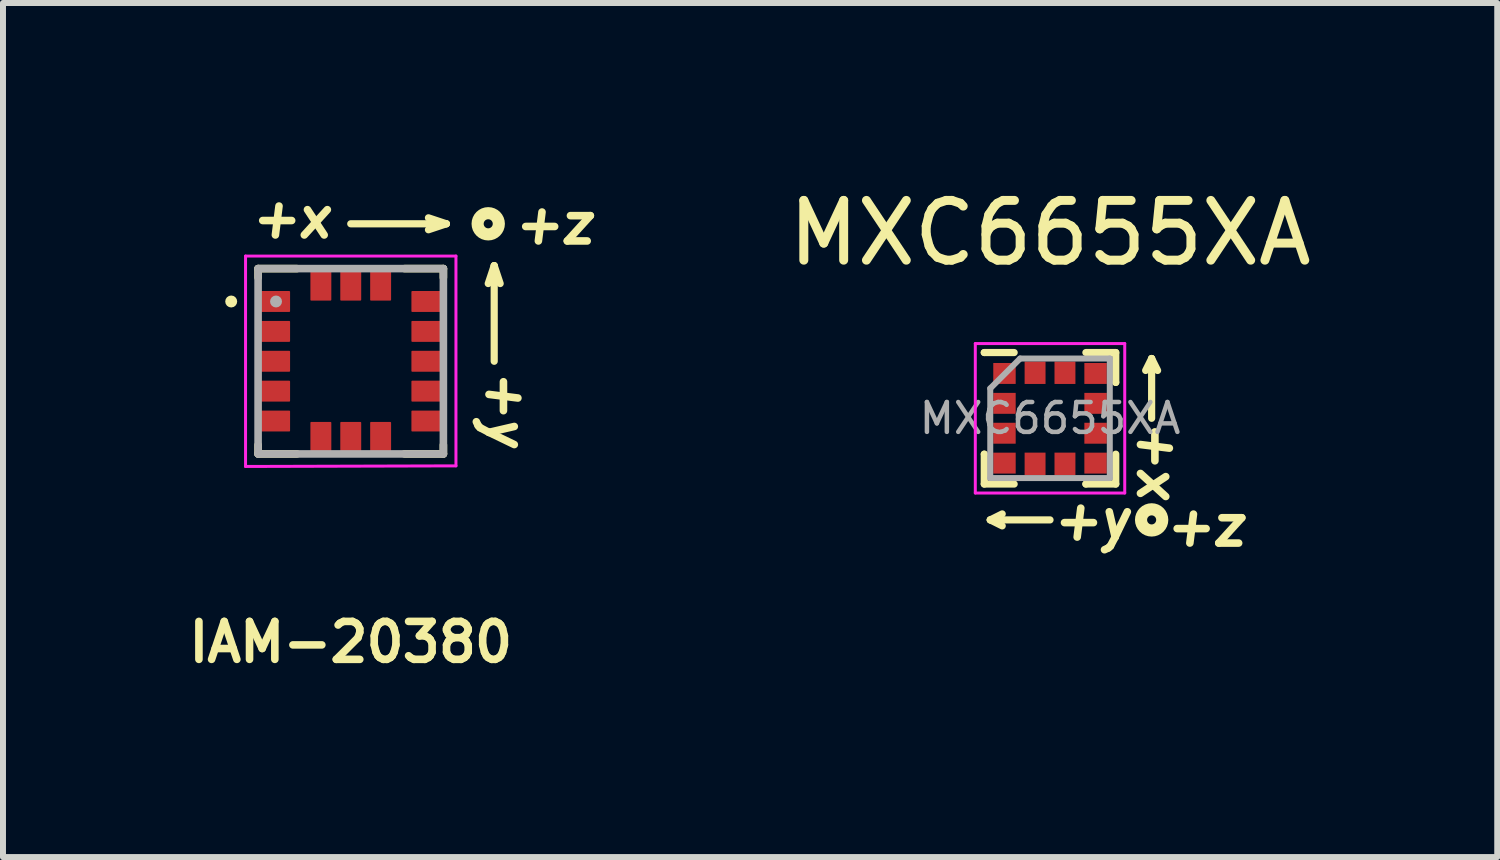
<source format=kicad_pcb>
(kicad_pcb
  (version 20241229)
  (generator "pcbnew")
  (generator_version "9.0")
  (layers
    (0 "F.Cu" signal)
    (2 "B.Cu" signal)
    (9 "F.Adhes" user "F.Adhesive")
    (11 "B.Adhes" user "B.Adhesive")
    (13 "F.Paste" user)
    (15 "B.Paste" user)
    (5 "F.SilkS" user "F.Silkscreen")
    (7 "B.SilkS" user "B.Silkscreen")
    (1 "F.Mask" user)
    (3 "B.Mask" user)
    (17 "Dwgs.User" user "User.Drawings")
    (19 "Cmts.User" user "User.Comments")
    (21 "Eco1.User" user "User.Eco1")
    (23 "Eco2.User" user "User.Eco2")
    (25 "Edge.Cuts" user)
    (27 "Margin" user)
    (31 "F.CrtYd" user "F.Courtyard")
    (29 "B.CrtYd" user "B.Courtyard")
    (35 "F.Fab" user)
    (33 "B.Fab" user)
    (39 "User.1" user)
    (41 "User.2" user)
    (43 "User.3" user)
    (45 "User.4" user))
  (footprint "MXC6655XA"
    (layer "F.Cu")
    (at 14.517 3.948)
    (property "Reference" "MXC6655XA" (at 0 -3.1 0) (layer "F.SilkS") (effects (font (size 1 1) (thickness 0.15))))
    (attr smd)
    (fp_line (start -1.1 -1.1) (end -1.1 -1.1) (stroke (width 0.12) (type solid)) (layer "F.SilkS"))
    (fp_line (start -1.1 0.6) (end -1.1 0.6) (stroke (width 0.12) (type solid)) (layer "F.SilkS"))
    (fp_line (start -1.1 1.1) (end -1.1 0.6) (stroke (width 0.12) (type solid)) (layer "F.SilkS"))
    (fp_line (start -1 1.7) (end -0.8 1.6) (stroke (width 0.12) (type solid)) (layer "F.SilkS"))
    (fp_line (start -1 1.7) (end -0.8 1.8) (stroke (width 0.12) (type solid)) (layer "F.SilkS"))
    (fp_line (start -0.6 -1.1) (end -1.1 -1.1) (stroke (width 0.12) (type solid)) (layer "F.SilkS"))
    (fp_line (start -0.6 1.1) (end -1.1 1.1) (stroke (width 0.12) (type solid)) (layer "F.SilkS"))
    (fp_line (start 0 1.7) (end -1 1.7) (stroke (width 0.12) (type solid)) (layer "F.SilkS"))
    (fp_line (start 0.6 -1.1) (end 1.1 -1.1) (stroke (width 0.12) (type solid)) (layer "F.SilkS"))
    (fp_line (start 0.6 1.1) (end 0.6 1.1) (stroke (width 0.12) (type solid)) (layer "F.SilkS"))
    (fp_line (start 1.1 -1.1) (end 1.1 -0.6) (stroke (width 0.12) (type solid)) (layer "F.SilkS"))
    (fp_line (start 1.1 -0.6) (end 1.1 -0.6) (stroke (width 0.12) (type solid)) (layer "F.SilkS"))
    (fp_line (start 1.1 0.6) (end 1.1 1.1) (stroke (width 0.12) (type solid)) (layer "F.SilkS"))
    (fp_line (start 1.1 1.1) (end 0.6 1.1) (stroke (width 0.12) (type solid)) (layer "F.SilkS"))
    (fp_line (start 1.7 -1) (end 1.6 -0.8) (stroke (width 0.12) (type solid)) (layer "F.SilkS"))
    (fp_line (start 1.7 -1) (end 1.8 -0.8) (stroke (width 0.12) (type solid)) (layer "F.SilkS"))
    (fp_line (start 1.7 0) (end 1.7 -1) (stroke (width 0.12) (type solid)) (layer "F.SilkS"))
    (fp_circle (center 1.7 1.7) (end 1.776 1.7) (stroke (width 0.203) (type solid)) (fill no) (layer "F.SilkS"))
    (fp_line (start -1.25 -1.25) (end 1.25 -1.25) (stroke (width 0.05) (type solid)) (layer "F.CrtYd"))
    (fp_line (start -1.25 1.25) (end -1.25 -1.25) (stroke (width 0.05) (type solid)) (layer "F.CrtYd"))
    (fp_line (start 1.25 -1.25) (end 1.25 1.25) (stroke (width 0.05) (type solid)) (layer "F.CrtYd"))
    (fp_line (start 1.25 1.25) (end -1.25 1.25) (stroke (width 0.05) (type solid)) (layer "F.CrtYd"))
    (fp_line (start -1 -0.5) (end -0.5 -1) (stroke (width 0.1) (type solid)) (layer "F.Fab"))
    (fp_line (start -1 1) (end -1 -0.5) (stroke (width 0.1) (type solid)) (layer "F.Fab"))
    (fp_line (start -0.5 -1) (end 1 -1) (stroke (width 0.1) (type solid)) (layer "F.Fab"))
    (fp_line (start 1 -1) (end 1 1) (stroke (width 0.1) (type solid)) (layer "F.Fab"))
    (fp_line (start 1 1) (end -1 1) (stroke (width 0.1) (type solid)) (layer "F.Fab"))
    (fp_text user "+y" (at 0.7 1.7 0) (unlocked yes) (layer "F.SilkS") (effects (font (size 0.635 0.635) (thickness 0.127) (italic yes))))
    (fp_text user "+z" (at 2.6 1.8 0) (layer "F.SilkS") (effects (font (size 0.635 0.635) (thickness 0.127) (italic yes))))
    (fp_text user "+x" (at 1.8 0.7 270) (unlocked yes) (layer "F.SilkS") (effects (font (size 0.635 0.635) (thickness 0.127) (italic yes))))
    (fp_text user "${REFERENCE}" (at 0 0 0) (layer "F.Fab") (effects (font (size 0.5 0.5) (thickness 0.075))))
    (pad "1" smd rect (at -0.762 -0.75) (size 0.375 0.35) (layers "F.Cu" "F.Mask" "F.Paste"))
    (pad "2" smd rect (at -0.762 -0.25) (size 0.375 0.35) (layers "F.Cu" "F.Mask" "F.Paste"))
    (pad "3" smd rect (at -0.762 0.25) (size 0.375 0.35) (layers "F.Cu" "F.Mask" "F.Paste"))
    (pad "4" smd rect (at -0.762 0.75) (size 0.375 0.35) (layers "F.Cu" "F.Mask" "F.Paste"))
    (pad "5" smd rect (at -0.25 0.762 90) (size 0.375 0.35) (layers "F.Cu" "F.Mask" "F.Paste"))
    (pad "6" smd rect (at 0.25 0.762 90) (size 0.375 0.35) (layers "F.Cu" "F.Mask" "F.Paste"))
    (pad "7" smd rect (at 0.762 0.75) (size 0.375 0.35) (layers "F.Cu" "F.Mask" "F.Paste"))
    (pad "8" smd rect (at 0.762 0.25) (size 0.375 0.35) (layers "F.Cu" "F.Mask" "F.Paste"))
    (pad "9" smd rect (at 0.762 -0.25) (size 0.375 0.35) (layers "F.Cu" "F.Mask" "F.Paste"))
    (pad "10" smd rect (at 0.762 -0.75) (size 0.375 0.35) (layers "F.Cu" "F.Mask" "F.Paste"))
    (pad "11" smd rect (at 0.25 -0.762 90) (size 0.375 0.35) (layers "F.Cu" "F.Mask" "F.Paste"))
    (pad "12" smd rect (at -0.25 -0.762 90) (size 0.375 0.35) (layers "F.Cu" "F.Mask" "F.Paste")))
  (footprint "IAM-20380"
    (layer "F.Cu")
    (at 2.818 2.994)
    (property "Reference" "IAM-20380" (at 0 4.7 0) (layer "F.SilkS") (effects (font (size 0.635 0.635) (thickness 0.127))))
    (attr through_hole)
    (fp_line (start -1.55 -1.55) (end -0.9 -1.55) (stroke (width 0.127) (type solid)) (layer "F.SilkS"))
    (fp_line (start -1.55 -1.4) (end -1.55 -1.55) (stroke (width 0.127) (type solid)) (layer "F.SilkS"))
    (fp_line (start -1.55 1.4) (end -1.55 1.55) (stroke (width 0.127) (type solid)) (layer "F.SilkS"))
    (fp_line (start -1.55 1.55) (end -0.9 1.55) (stroke (width 0.127) (type solid)) (layer "F.SilkS"))
    (fp_line (start 0 -2.3) (end 1.6 -2.3) (stroke (width 0.12) (type solid)) (layer "F.SilkS"))
    (fp_line (start 0.9 -1.55) (end 1.55 -1.55) (stroke (width 0.127) (type solid)) (layer "F.SilkS"))
    (fp_line (start 0.9 1.55) (end 1.55 1.55) (stroke (width 0.127) (type solid)) (layer "F.SilkS"))
    (fp_line (start 1.3 -2.4) (end 1.6 -2.3) (stroke (width 0.12) (type solid)) (layer "F.SilkS"))
    (fp_line (start 1.55 -1.55) (end 1.55 -1.4) (stroke (width 0.127) (type solid)) (layer "F.SilkS"))
    (fp_line (start 1.55 1.55) (end 1.55 1.4) (stroke (width 0.127) (type solid)) (layer "F.SilkS"))
    (fp_line (start 1.6 -2.3) (end 1.3 -2.2) (stroke (width 0.12) (type solid)) (layer "F.SilkS"))
    (fp_line (start 2.3 -1.3) (end 2.4 -1.6) (stroke (width 0.12) (type solid)) (layer "F.SilkS"))
    (fp_line (start 2.4 -1.6) (end 2.5 -1.3) (stroke (width 0.12) (type solid)) (layer "F.SilkS"))
    (fp_line (start 2.4 0) (end 2.4 -1.6) (stroke (width 0.12) (type solid)) (layer "F.SilkS"))
    (fp_circle (center -2 -1) (end -1.95 -1) (stroke (width 0.1) (type solid)) (fill no) (layer "F.SilkS"))
    (fp_circle (center 2.3 -2.3) (end 2.376 -2.3) (stroke (width 0.203) (type solid)) (fill no) (layer "F.SilkS"))
    (fp_line (start -1.76 -1.76) (end 1.76 -1.76) (stroke (width 0.05) (type solid)) (layer "F.CrtYd"))
    (fp_line (start -1.76 1.76) (end -1.76 -1.76) (stroke (width 0.05) (type solid)) (layer "F.CrtYd"))
    (fp_line (start 1.76 -1.76) (end 1.76 1.75) (stroke (width 0.05) (type solid)) (layer "F.CrtYd"))
    (fp_line (start 1.76 1.75) (end -1.76 1.76) (stroke (width 0.05) (type solid)) (layer "F.CrtYd"))
    (fp_line (start -1.55 -1.55) (end 1.55 -1.55) (stroke (width 0.127) (type solid)) (layer "F.Fab"))
    (fp_line (start -1.55 1.55) (end -1.55 -1.55) (stroke (width 0.127) (type solid)) (layer "F.Fab"))
    (fp_line (start 1.55 -1.55) (end 1.55 1.55) (stroke (width 0.127) (type solid)) (layer "F.Fab"))
    (fp_line (start 1.55 1.55) (end -1.55 1.55) (stroke (width 0.127) (type solid)) (layer "F.Fab"))
    (fp_circle (center -1.25 -1) (end -1.2 -1) (stroke (width 0.1) (type solid)) (fill no) (layer "F.Fab"))
    (fp_text user "+y" (at 2.6 0.8 270) (unlocked yes) (layer "F.SilkS") (effects (font (size 0.635 0.635) (thickness 0.127) (italic yes))))
    (fp_text user "+z" (at 3.4 -2.3 0) (layer "F.SilkS") (effects (font (size 0.635 0.635) (thickness 0.127) (italic yes))))
    (fp_text user "+x" (at -1 -2.4 0) (layer "F.SilkS") (effects (font (size 0.635 0.635) (thickness 0.127) (italic yes))))
    (pad "1" smd roundrect (at -1.26 -1) (size 0.49 0.35) (layers "F.Cu" "F.Mask" "F.Paste") (roundrect_rratio 0.04))
    (pad "2" smd roundrect (at -1.26 -0.5) (size 0.49 0.35) (layers "F.Cu" "F.Mask" "F.Paste") (roundrect_rratio 0.04))
    (pad "3" smd roundrect (at -1.26 0) (size 0.49 0.35) (layers "F.Cu" "F.Mask" "F.Paste") (roundrect_rratio 0.04))
    (pad "4" smd roundrect (at -1.26 0.5) (size 0.49 0.35) (layers "F.Cu" "F.Mask" "F.Paste") (roundrect_rratio 0.04))
    (pad "5" smd roundrect (at -1.26 1) (size 0.49 0.35) (layers "F.Cu" "F.Mask" "F.Paste") (roundrect_rratio 0.04))
    (pad "6" smd roundrect (at -0.5 1.26) (size 0.35 0.49) (layers "F.Cu" "F.Mask" "F.Paste") (roundrect_rratio 0.04))
    (pad "7" smd roundrect (at 0 1.26) (size 0.35 0.49) (layers "F.Cu" "F.Mask" "F.Paste") (roundrect_rratio 0.04))
    (pad "8" smd roundrect (at 0.5 1.26) (size 0.35 0.49) (layers "F.Cu" "F.Mask" "F.Paste") (roundrect_rratio 0.04))
    (pad "9" smd roundrect (at 1.26 1) (size 0.49 0.35) (layers "F.Cu" "F.Mask" "F.Paste") (roundrect_rratio 0.04))
    (pad "10" smd roundrect (at 1.26 0.5) (size 0.49 0.35) (layers "F.Cu" "F.Mask" "F.Paste") (roundrect_rratio 0.04))
    (pad "11" smd roundrect (at 1.26 0) (size 0.49 0.35) (layers "F.Cu" "F.Mask" "F.Paste") (roundrect_rratio 0.04))
    (pad "12" smd roundrect (at 1.26 -0.5) (size 0.49 0.35) (layers "F.Cu" "F.Mask" "F.Paste") (roundrect_rratio 0.04))
    (pad "13" smd roundrect (at 1.26 -1) (size 0.49 0.35) (layers "F.Cu" "F.Mask" "F.Paste") (roundrect_rratio 0.04))
    (pad "14" smd roundrect (at 0.5 -1.26) (size 0.35 0.49) (layers "F.Cu" "F.Mask" "F.Paste") (roundrect_rratio 0.04))
    (pad "15" smd roundrect (at 0 -1.26) (size 0.35 0.49) (layers "F.Cu" "F.Mask" "F.Paste") (roundrect_rratio 0.04))
    (pad "16" smd roundrect (at -0.5 -1.26) (size 0.35 0.49) (layers "F.Cu" "F.Mask" "F.Paste") (roundrect_rratio 0.04)))
  (gr_rect
    (start -3 -3)
    (end 21.999 11.289)
    (stroke (width 0.1) (type default))
    (fill no)
    (layer "Edge.Cuts")))
</source>
